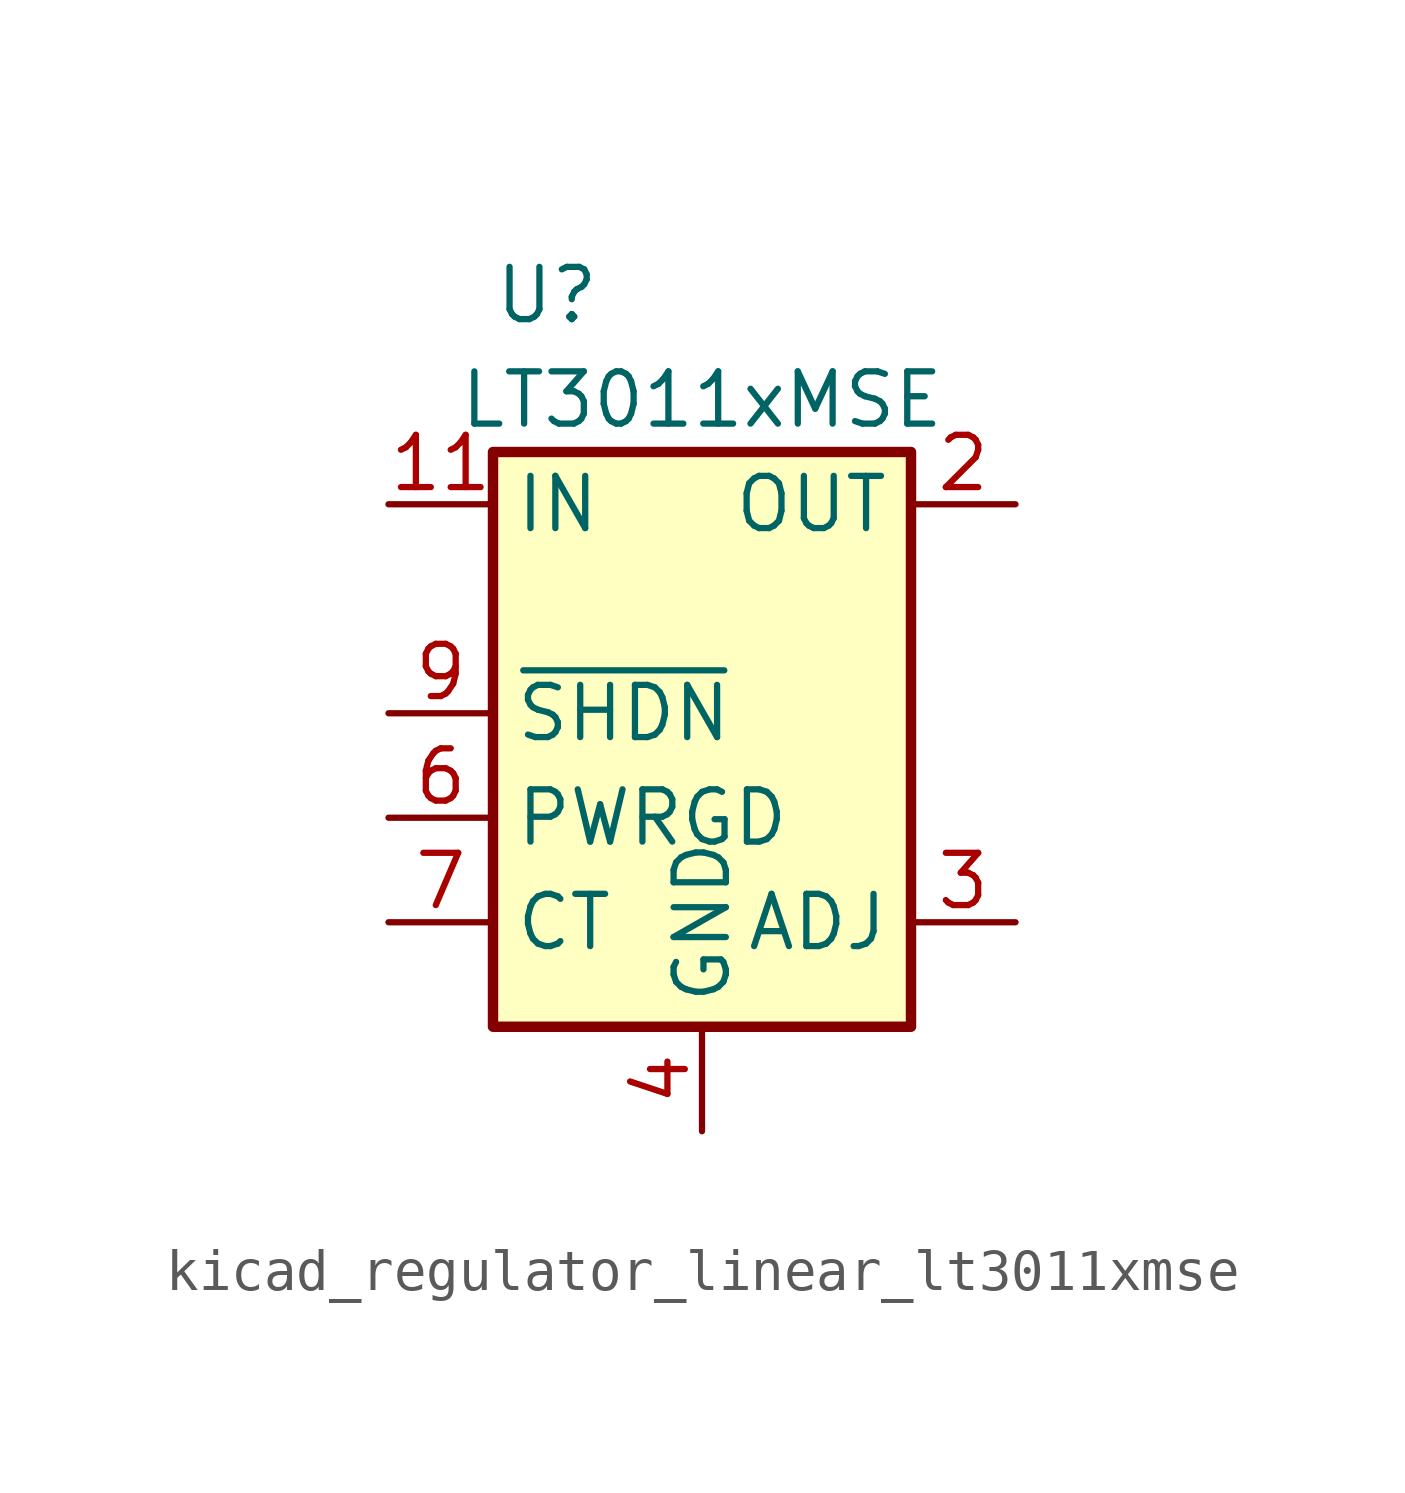
<source format=kicad_sym>
(kicad_symbol_lib
  (version 20220914)
  (generator kicad_symbol_editor)
  (symbol "kicad_regulator_linear_lt3011xmse"
    (property "Reference" "U"
      (at -5.08 10.16 0)
      (effects (font (size 1.27 1.27)) (justify left)))
    (property "Value" "LT3011xMSE"
      (at 0 7.62 0)
      (effects (font (size 1.27 1.27))))
    (symbol "kicad_regulator_linear_lt3011xmse_0_1"
      (rectangle (start -5.08 6.35) (end 5.08 -7.62) (stroke (width 0.254) (type default)) (fill (type background))))
    (symbol "kicad_regulator_linear_lt3011xmse_1_1"
      (pin no_connect line (at -5.08 2.54 0) (length 2.54) hide (name "NC" (effects (font (size 1.27 1.27)))) (number "1" (effects (font (size 1.27 1.27)))))
      (pin no_connect line (at 5.08 -2.54 180) (length 2.54) hide (name "NC" (effects (font (size 1.27 1.27)))) (number "10" (effects (font (size 1.27 1.27)))))
      (pin power_in line (at -7.62 5.08 0) (length 2.54) (name "IN" (effects (font (size 1.27 1.27)))) (number "11" (effects (font (size 1.27 1.27)))))
      (pin no_connect line (at 0 5.08 270) (length 2.54) hide (name "NC" (effects (font (size 1.27 1.27)))) (number "12" (effects (font (size 1.27 1.27)))))
      (pin passive line (at 0 -10.16 90) (length 2.54) hide (name "GND" (effects (font (size 1.27 1.27)))) (number "13" (effects (font (size 1.27 1.27)))))
      (pin power_out line (at 7.62 5.08 180) (length 2.54) (name "OUT" (effects (font (size 1.27 1.27)))) (number "2" (effects (font (size 1.27 1.27)))))
      (pin input line (at 7.62 -5.08 180) (length 2.54) (name "ADJ" (effects (font (size 1.27 1.27)))) (number "3" (effects (font (size 1.27 1.27)))))
      (pin power_in line (at 0 -10.16 90) (length 2.54) (name "GND" (effects (font (size 1.27 1.27)))) (number "4" (effects (font (size 1.27 1.27)))))
      (pin no_connect line (at 5.08 2.54 180) (length 2.54) hide (name "NC" (effects (font (size 1.27 1.27)))) (number "5" (effects (font (size 1.27 1.27)))))
      (pin open_collector line (at -7.62 -2.54 0) (length 2.54) (name "PWRGD" (effects (font (size 1.27 1.27)))) (number "6" (effects (font (size 1.27 1.27)))))
      (pin unspecified line (at -7.62 -5.08 0) (length 2.54) (name "CT" (effects (font (size 1.27 1.27)))) (number "7" (effects (font (size 1.27 1.27)))))
      (pin no_connect line (at 5.08 0 180) (length 2.54) hide (name "NC" (effects (font (size 1.27 1.27)))) (number "8" (effects (font (size 1.27 1.27)))))
      (pin input line (at -7.62 0 0) (length 2.54) (name "~{SHDN}" (effects (font (size 1.27 1.27)))) (number "9" (effects (font (size 1.27 1.27))))))))
</source>
